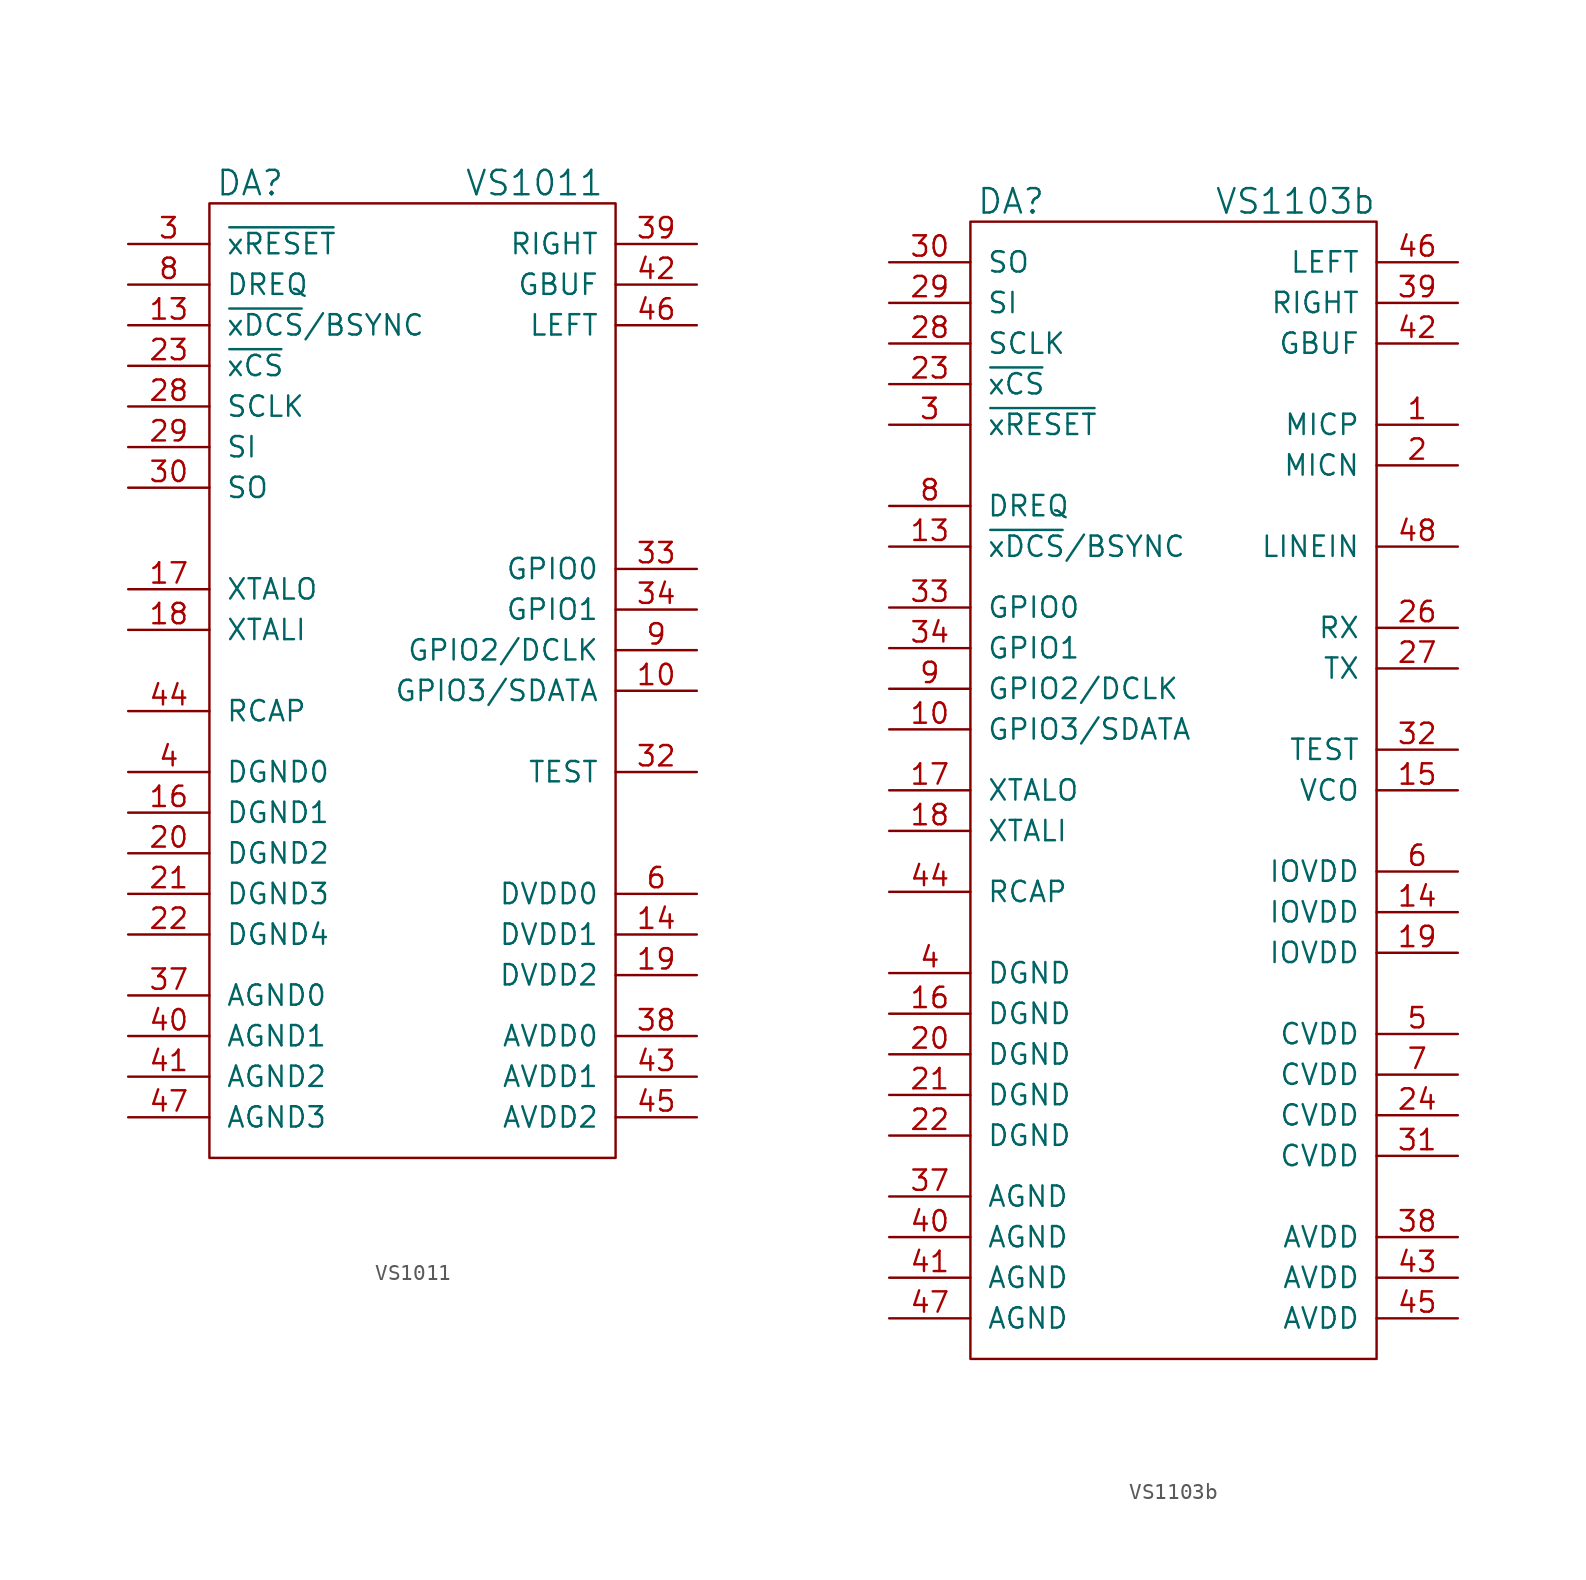
<source format=kicad_sym>
(kicad_symbol_lib
  (version 20231120)
  (generator "kicad_symbol_editor")
  (generator_version "8.0")
  (symbol "VS1011"
    (pin_names
      (offset 1.016))
    (property "Reference" "DA"
      (at -10.16 29.21 0)
      (effects (font (size 1.524 1.524))))
    (property "Value" "VS1011"
      (at 7.62 29.21 0)
      (effects (font (size 1.524 1.524))))
    (property "Footprint" ""
      (at 0 0 0)
      (effects (font (size 1.524 1.524))))
    (property "Datasheet" ""
      (at 0 0 0)
      (effects (font (size 1.524 1.524))))
    (symbol "VS1011_0_1"
      (rectangle (start 12.7 27.94) (end -12.7 -31.75) (stroke (width 0) (type default)) (fill (type none))))
    (symbol "VS1011_1_1"
      (pin passive line (at 17.78 -2.54 180) (length 5.08) (name "GPIO3/SDATA" (effects (font (size 1.27 1.27)))) (number "10" (effects (font (size 1.27 1.27)))))
      (pin passive line (at -17.78 20.32 0) (length 5.08) (name "~{xDCS}/BSYNC" (effects (font (size 1.27 1.27)))) (number "13" (effects (font (size 1.27 1.27)))))
      (pin power_in line (at 17.78 -17.78 180) (length 5.08) (name "DVDD1" (effects (font (size 1.27 1.27)))) (number "14" (effects (font (size 1.27 1.27)))))
      (pin power_in line (at -17.78 -10.16 0) (length 5.08) (name "DGND1" (effects (font (size 1.27 1.27)))) (number "16" (effects (font (size 1.27 1.27)))))
      (pin passive line (at -17.78 3.81 0) (length 5.08) (name "XTALO" (effects (font (size 1.27 1.27)))) (number "17" (effects (font (size 1.27 1.27)))))
      (pin passive line (at -17.78 1.27 0) (length 5.08) (name "XTALI" (effects (font (size 1.27 1.27)))) (number "18" (effects (font (size 1.27 1.27)))))
      (pin power_in line (at 17.78 -20.32 180) (length 5.08) (name "DVDD2" (effects (font (size 1.27 1.27)))) (number "19" (effects (font (size 1.27 1.27)))))
      (pin power_in line (at -17.78 -12.7 0) (length 5.08) (name "DGND2" (effects (font (size 1.27 1.27)))) (number "20" (effects (font (size 1.27 1.27)))))
      (pin power_in line (at -17.78 -15.24 0) (length 5.08) (name "DGND3" (effects (font (size 1.27 1.27)))) (number "21" (effects (font (size 1.27 1.27)))))
      (pin power_in line (at -17.78 -17.78 0) (length 5.08) (name "DGND4" (effects (font (size 1.27 1.27)))) (number "22" (effects (font (size 1.27 1.27)))))
      (pin passive line (at -17.78 17.78 0) (length 5.08) (name "~{xCS}" (effects (font (size 1.27 1.27)))) (number "23" (effects (font (size 1.27 1.27)))))
      (pin passive line (at -17.78 15.24 0) (length 5.08) (name "SCLK" (effects (font (size 1.27 1.27)))) (number "28" (effects (font (size 1.27 1.27)))))
      (pin passive line (at -17.78 12.7 0) (length 5.08) (name "SI" (effects (font (size 1.27 1.27)))) (number "29" (effects (font (size 1.27 1.27)))))
      (pin passive line (at -17.78 25.4 0) (length 5.08) (name "~{xRESET}" (effects (font (size 1.27 1.27)))) (number "3" (effects (font (size 1.27 1.27)))))
      (pin passive line (at -17.78 10.16 0) (length 5.08) (name "SO" (effects (font (size 1.27 1.27)))) (number "30" (effects (font (size 1.27 1.27)))))
      (pin passive line (at 17.78 -7.62 180) (length 5.08) (name "TEST" (effects (font (size 1.27 1.27)))) (number "32" (effects (font (size 1.27 1.27)))))
      (pin passive line (at 17.78 5.08 180) (length 5.08) (name "GPIO0" (effects (font (size 1.27 1.27)))) (number "33" (effects (font (size 1.27 1.27)))))
      (pin passive line (at 17.78 2.54 180) (length 5.08) (name "GPIO1" (effects (font (size 1.27 1.27)))) (number "34" (effects (font (size 1.27 1.27)))))
      (pin power_in line (at -17.78 -21.59 0) (length 5.08) (name "AGND0" (effects (font (size 1.27 1.27)))) (number "37" (effects (font (size 1.27 1.27)))))
      (pin power_in line (at 17.78 -24.13 180) (length 5.08) (name "AVDD0" (effects (font (size 1.27 1.27)))) (number "38" (effects (font (size 1.27 1.27)))))
      (pin passive line (at 17.78 25.4 180) (length 5.08) (name "RIGHT" (effects (font (size 1.27 1.27)))) (number "39" (effects (font (size 1.27 1.27)))))
      (pin power_in line (at -17.78 -7.62 0) (length 5.08) (name "DGND0" (effects (font (size 1.27 1.27)))) (number "4" (effects (font (size 1.27 1.27)))))
      (pin power_in line (at -17.78 -24.13 0) (length 5.08) (name "AGND1" (effects (font (size 1.27 1.27)))) (number "40" (effects (font (size 1.27 1.27)))))
      (pin power_in line (at -17.78 -26.67 0) (length 5.08) (name "AGND2" (effects (font (size 1.27 1.27)))) (number "41" (effects (font (size 1.27 1.27)))))
      (pin passive line (at 17.78 22.86 180) (length 5.08) (name "GBUF" (effects (font (size 1.27 1.27)))) (number "42" (effects (font (size 1.27 1.27)))))
      (pin power_in line (at 17.78 -26.67 180) (length 5.08) (name "AVDD1" (effects (font (size 1.27 1.27)))) (number "43" (effects (font (size 1.27 1.27)))))
      (pin passive line (at -17.78 -3.81 0) (length 5.08) (name "RCAP" (effects (font (size 1.27 1.27)))) (number "44" (effects (font (size 1.27 1.27)))))
      (pin power_in line (at 17.78 -29.21 180) (length 5.08) (name "AVDD2" (effects (font (size 1.27 1.27)))) (number "45" (effects (font (size 1.27 1.27)))))
      (pin passive line (at 17.78 20.32 180) (length 5.08) (name "LEFT" (effects (font (size 1.27 1.27)))) (number "46" (effects (font (size 1.27 1.27)))))
      (pin power_in line (at -17.78 -29.21 0) (length 5.08) (name "AGND3" (effects (font (size 1.27 1.27)))) (number "47" (effects (font (size 1.27 1.27)))))
      (pin power_in line (at 17.78 -15.24 180) (length 5.08) (name "DVDD0" (effects (font (size 1.27 1.27)))) (number "6" (effects (font (size 1.27 1.27)))))
      (pin passive line (at -17.78 22.86 0) (length 5.08) (name "DREQ" (effects (font (size 1.27 1.27)))) (number "8" (effects (font (size 1.27 1.27)))))
      (pin passive line (at 17.78 0 180) (length 5.08) (name "GPIO2/DCLK" (effects (font (size 1.27 1.27)))) (number "9" (effects (font (size 1.27 1.27)))))))
  (symbol "VS1103b"
    (pin_names
      (offset 1.016))
    (property "Reference" "DA"
      (at -10.16 36.83 0)
      (effects (font (size 1.524 1.524))))
    (property "Value" "VS1103b"
      (at 7.62 36.83 0)
      (effects (font (size 1.524 1.524))))
    (property "Footprint" ""
      (at 0 0 0)
      (effects (font (size 1.524 1.524))))
    (property "Datasheet" ""
      (at 0 0 0)
      (effects (font (size 1.524 1.524))))
    (symbol "VS1103b_0_1"
      (rectangle (start -12.7 35.56) (end 12.7 -35.56) (stroke (width 0) (type default)) (fill (type none))))
    (symbol "VS1103b_1_1"
      (pin passive line (at 17.78 22.86 180) (length 5.08) (name "MICP" (effects (font (size 1.27 1.27)))) (number "1" (effects (font (size 1.27 1.27)))))
      (pin passive line (at -17.78 3.81 0) (length 5.08) (name "GPIO3/SDATA" (effects (font (size 1.27 1.27)))) (number "10" (effects (font (size 1.27 1.27)))))
      (pin passive line (at -17.78 15.24 0) (length 5.08) (name "~{xDCS}/BSYNC" (effects (font (size 1.27 1.27)))) (number "13" (effects (font (size 1.27 1.27)))))
      (pin power_in line (at 17.78 -7.62 180) (length 5.08) (name "IOVDD" (effects (font (size 1.27 1.27)))) (number "14" (effects (font (size 1.27 1.27)))))
      (pin passive line (at 17.78 0 180) (length 5.08) (name "VCO" (effects (font (size 1.27 1.27)))) (number "15" (effects (font (size 1.27 1.27)))))
      (pin power_in line (at -17.78 -13.97 0) (length 5.08) (name "DGND" (effects (font (size 1.27 1.27)))) (number "16" (effects (font (size 1.27 1.27)))))
      (pin passive line (at -17.78 0 0) (length 5.08) (name "XTALO" (effects (font (size 1.27 1.27)))) (number "17" (effects (font (size 1.27 1.27)))))
      (pin passive line (at -17.78 -2.54 0) (length 5.08) (name "XTALI" (effects (font (size 1.27 1.27)))) (number "18" (effects (font (size 1.27 1.27)))))
      (pin power_in line (at 17.78 -10.16 180) (length 5.08) (name "IOVDD" (effects (font (size 1.27 1.27)))) (number "19" (effects (font (size 1.27 1.27)))))
      (pin passive line (at 17.78 20.32 180) (length 5.08) (name "MICN" (effects (font (size 1.27 1.27)))) (number "2" (effects (font (size 1.27 1.27)))))
      (pin power_in line (at -17.78 -16.51 0) (length 5.08) (name "DGND" (effects (font (size 1.27 1.27)))) (number "20" (effects (font (size 1.27 1.27)))))
      (pin power_in line (at -17.78 -19.05 0) (length 5.08) (name "DGND" (effects (font (size 1.27 1.27)))) (number "21" (effects (font (size 1.27 1.27)))))
      (pin power_in line (at -17.78 -21.59 0) (length 5.08) (name "DGND" (effects (font (size 1.27 1.27)))) (number "22" (effects (font (size 1.27 1.27)))))
      (pin passive line (at -17.78 25.4 0) (length 5.08) (name "~{xCS}" (effects (font (size 1.27 1.27)))) (number "23" (effects (font (size 1.27 1.27)))))
      (pin power_in line (at 17.78 -20.32 180) (length 5.08) (name "CVDD" (effects (font (size 1.27 1.27)))) (number "24" (effects (font (size 1.27 1.27)))))
      (pin passive line (at 17.78 10.16 180) (length 5.08) (name "RX" (effects (font (size 1.27 1.27)))) (number "26" (effects (font (size 1.27 1.27)))))
      (pin passive line (at 17.78 7.62 180) (length 5.08) (name "TX" (effects (font (size 1.27 1.27)))) (number "27" (effects (font (size 1.27 1.27)))))
      (pin passive line (at -17.78 27.94 0) (length 5.08) (name "SCLK" (effects (font (size 1.27 1.27)))) (number "28" (effects (font (size 1.27 1.27)))))
      (pin passive line (at -17.78 30.48 0) (length 5.08) (name "SI" (effects (font (size 1.27 1.27)))) (number "29" (effects (font (size 1.27 1.27)))))
      (pin passive line (at -17.78 22.86 0) (length 5.08) (name "~{xRESET}" (effects (font (size 1.27 1.27)))) (number "3" (effects (font (size 1.27 1.27)))))
      (pin passive line (at -17.78 33.02 0) (length 5.08) (name "SO" (effects (font (size 1.27 1.27)))) (number "30" (effects (font (size 1.27 1.27)))))
      (pin power_in line (at 17.78 -22.86 180) (length 5.08) (name "CVDD" (effects (font (size 1.27 1.27)))) (number "31" (effects (font (size 1.27 1.27)))))
      (pin passive line (at 17.78 2.54 180) (length 5.08) (name "TEST" (effects (font (size 1.27 1.27)))) (number "32" (effects (font (size 1.27 1.27)))))
      (pin passive line (at -17.78 11.43 0) (length 5.08) (name "GPIO0" (effects (font (size 1.27 1.27)))) (number "33" (effects (font (size 1.27 1.27)))))
      (pin passive line (at -17.78 8.89 0) (length 5.08) (name "GPIO1" (effects (font (size 1.27 1.27)))) (number "34" (effects (font (size 1.27 1.27)))))
      (pin power_in line (at -17.78 -25.4 0) (length 5.08) (name "AGND" (effects (font (size 1.27 1.27)))) (number "37" (effects (font (size 1.27 1.27)))))
      (pin power_in line (at 17.78 -27.94 180) (length 5.08) (name "AVDD" (effects (font (size 1.27 1.27)))) (number "38" (effects (font (size 1.27 1.27)))))
      (pin passive line (at 17.78 30.48 180) (length 5.08) (name "RIGHT" (effects (font (size 1.27 1.27)))) (number "39" (effects (font (size 1.27 1.27)))))
      (pin power_in line (at -17.78 -11.43 0) (length 5.08) (name "DGND" (effects (font (size 1.27 1.27)))) (number "4" (effects (font (size 1.27 1.27)))))
      (pin power_in line (at -17.78 -27.94 0) (length 5.08) (name "AGND" (effects (font (size 1.27 1.27)))) (number "40" (effects (font (size 1.27 1.27)))))
      (pin power_in line (at -17.78 -30.48 0) (length 5.08) (name "AGND" (effects (font (size 1.27 1.27)))) (number "41" (effects (font (size 1.27 1.27)))))
      (pin passive line (at 17.78 27.94 180) (length 5.08) (name "GBUF" (effects (font (size 1.27 1.27)))) (number "42" (effects (font (size 1.27 1.27)))))
      (pin power_in line (at 17.78 -30.48 180) (length 5.08) (name "AVDD" (effects (font (size 1.27 1.27)))) (number "43" (effects (font (size 1.27 1.27)))))
      (pin passive line (at -17.78 -6.35 0) (length 5.08) (name "RCAP" (effects (font (size 1.27 1.27)))) (number "44" (effects (font (size 1.27 1.27)))))
      (pin power_in line (at 17.78 -33.02 180) (length 5.08) (name "AVDD" (effects (font (size 1.27 1.27)))) (number "45" (effects (font (size 1.27 1.27)))))
      (pin passive line (at 17.78 33.02 180) (length 5.08) (name "LEFT" (effects (font (size 1.27 1.27)))) (number "46" (effects (font (size 1.27 1.27)))))
      (pin power_in line (at -17.78 -33.02 0) (length 5.08) (name "AGND" (effects (font (size 1.27 1.27)))) (number "47" (effects (font (size 1.27 1.27)))))
      (pin passive line (at 17.78 15.24 180) (length 5.08) (name "LINEIN" (effects (font (size 1.27 1.27)))) (number "48" (effects (font (size 1.27 1.27)))))
      (pin power_in line (at 17.78 -15.24 180) (length 5.08) (name "CVDD" (effects (font (size 1.27 1.27)))) (number "5" (effects (font (size 1.27 1.27)))))
      (pin power_in line (at 17.78 -5.08 180) (length 5.08) (name "IOVDD" (effects (font (size 1.27 1.27)))) (number "6" (effects (font (size 1.27 1.27)))))
      (pin power_in line (at 17.78 -17.78 180) (length 5.08) (name "CVDD" (effects (font (size 1.27 1.27)))) (number "7" (effects (font (size 1.27 1.27)))))
      (pin passive line (at -17.78 17.78 0) (length 5.08) (name "DREQ" (effects (font (size 1.27 1.27)))) (number "8" (effects (font (size 1.27 1.27)))))
      (pin passive line (at -17.78 6.35 0) (length 5.08) (name "GPIO2/DCLK" (effects (font (size 1.27 1.27)))) (number "9" (effects (font (size 1.27 1.27))))))))
</source>
